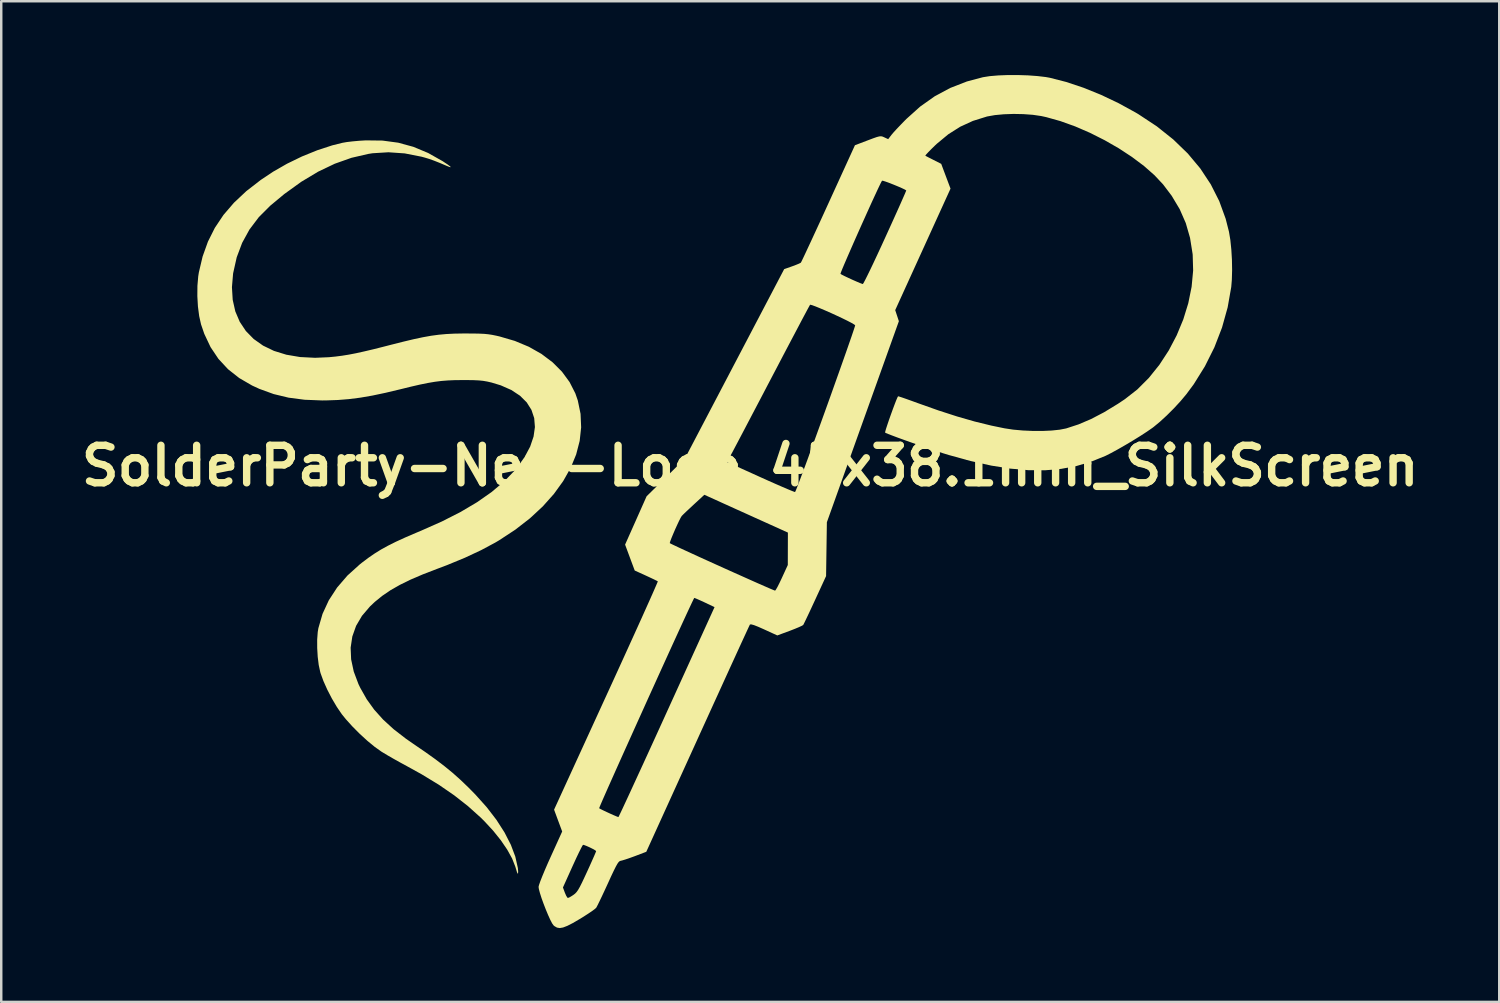
<source format=kicad_pcb>
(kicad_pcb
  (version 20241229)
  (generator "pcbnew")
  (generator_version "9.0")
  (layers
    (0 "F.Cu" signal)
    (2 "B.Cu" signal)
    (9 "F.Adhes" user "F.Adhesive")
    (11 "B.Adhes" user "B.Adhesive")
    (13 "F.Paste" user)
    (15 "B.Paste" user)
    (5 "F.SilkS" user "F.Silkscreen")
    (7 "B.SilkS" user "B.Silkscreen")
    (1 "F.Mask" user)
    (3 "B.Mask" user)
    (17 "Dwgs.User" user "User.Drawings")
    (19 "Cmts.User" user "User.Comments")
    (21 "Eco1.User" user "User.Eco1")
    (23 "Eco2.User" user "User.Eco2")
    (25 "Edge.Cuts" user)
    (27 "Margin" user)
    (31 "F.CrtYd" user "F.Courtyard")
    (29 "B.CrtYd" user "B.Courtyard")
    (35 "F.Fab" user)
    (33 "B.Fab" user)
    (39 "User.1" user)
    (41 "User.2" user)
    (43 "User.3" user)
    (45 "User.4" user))
  (footprint "SolderParty-New-Logo_45x38.1mm_SilkScreen"
    (layer "F.Cu")
    (at 27.439 15.881)
    (property "Reference" "SolderParty-New-Logo_45x38.1mm_SilkScreen" (at 0 0 0) (layer "F.SilkS") (effects (font (size 1.524 1.524) (thickness 0.3))))
    (attr through_hole)
    (fp_poly (pts (xy -14.946 -13.218) (xy -14.306 -13.132) (xy -13.69 -12.964) (xy -13.088 -12.713) (xy -12.49 -12.375) (xy -12.464 -12.357) (xy -12.29 -12.241) (xy -12.192 -12.167) (xy -12.17 -12.135) (xy -12.226 -12.146) (xy -12.328 -12.187) (xy -12.615 -12.309) (xy -12.845 -12.4) (xy -13.042 -12.471) (xy -13.231 -12.528) (xy -13.36 -12.563) (xy -14.042 -12.697) (xy -14.704 -12.743) (xy -15.348 -12.703) (xy -15.52 -12.676) (xy -16.204 -12.518) (xy -16.884 -12.277) (xy -17.564 -11.952) (xy -18.247 -11.542) (xy -18.936 -11.045) (xy -19.512 -10.566) (xy -19.97 -10.107) (xy -20.349 -9.606) (xy -20.648 -9.062) (xy -20.869 -8.474) (xy -21.011 -7.841) (xy -21.016 -7.814) (xy -21.063 -7.259) (xy -21.032 -6.746) (xy -20.926 -6.276) (xy -20.746 -5.853) (xy -20.497 -5.479) (xy -20.18 -5.155) (xy -19.798 -4.885) (xy -19.355 -4.671) (xy -18.853 -4.516) (xy -18.295 -4.421) (xy -17.683 -4.39) (xy -17.123 -4.414) (xy -16.856 -4.44) (xy -16.592 -4.474) (xy -16.319 -4.518) (xy -16.022 -4.575) (xy -15.688 -4.649) (xy -15.302 -4.74) (xy -14.851 -4.854) (xy -14.591 -4.921) (xy -14.097 -5.046) (xy -13.673 -5.147) (xy -13.302 -5.226) (xy -12.968 -5.286) (xy -12.655 -5.328) (xy -12.346 -5.356) (xy -12.025 -5.372) (xy -11.677 -5.378) (xy -11.574 -5.378) (xy -11.257 -5.377) (xy -11.009 -5.372) (xy -10.81 -5.363) (xy -10.641 -5.346) (xy -10.481 -5.321) (xy -10.309 -5.286) (xy -10.188 -5.258) (xy -9.566 -5.076) (xy -8.996 -4.838) (xy -8.484 -4.548) (xy -8.034 -4.209) (xy -7.651 -3.826) (xy -7.341 -3.403) (xy -7.107 -2.944) (xy -7.007 -2.655) (xy -6.895 -2.112) (xy -6.871 -1.563) (xy -6.931 -1.012) (xy -7.074 -0.461) (xy -7.298 0.084) (xy -7.6 0.619) (xy -7.978 1.142) (xy -8.429 1.648) (xy -8.953 2.134) (xy -9.545 2.594) (xy -10.205 3.027) (xy -10.364 3.121) (xy -10.936 3.427) (xy -11.592 3.734) (xy -12.323 4.036) (xy -12.723 4.187) (xy -13.304 4.411) (xy -13.808 4.627) (xy -14.244 4.841) (xy -14.623 5.058) (xy -14.957 5.286) (xy -15.256 5.529) (xy -15.452 5.714) (xy -15.778 6.096) (xy -16.018 6.504) (xy -16.171 6.937) (xy -16.239 7.391) (xy -16.219 7.866) (xy -16.113 8.36) (xy -15.921 8.871) (xy -15.845 9.028) (xy -15.586 9.486) (xy -15.281 9.91) (xy -14.92 10.312) (xy -14.494 10.702) (xy -13.994 11.089) (xy -13.685 11.304) (xy -13.206 11.631) (xy -12.792 11.927) (xy -12.425 12.207) (xy -12.09 12.481) (xy -11.773 12.764) (xy -11.456 13.068) (xy -11.169 13.36) (xy -10.71 13.872) (xy -10.314 14.387) (xy -9.986 14.898) (xy -9.729 15.399) (xy -9.547 15.881) (xy -9.445 16.338) (xy -9.442 16.359) (xy -9.431 16.49) (xy -9.436 16.565) (xy -9.454 16.572) (xy -9.478 16.517) (xy -9.501 16.44) (xy -9.538 16.318) (xy -9.55 16.28) (xy -9.678 15.956) (xy -9.876 15.598) (xy -10.135 15.218) (xy -10.447 14.829) (xy -10.804 14.443) (xy -10.954 14.294) (xy -11.469 13.832) (xy -12.033 13.389) (xy -12.657 12.96) (xy -13.352 12.537) (xy -13.961 12.2) (xy -14.219 12.06) (xy -14.484 11.912) (xy -14.731 11.77) (xy -14.933 11.649) (xy -14.993 11.612) (xy -15.261 11.421) (xy -15.56 11.175) (xy -15.868 10.893) (xy -16.166 10.594) (xy -16.433 10.298) (xy -16.599 10.093) (xy -16.8 9.798) (xy -17.001 9.458) (xy -17.187 9.099) (xy -17.344 8.749) (xy -17.459 8.433) (xy -17.475 8.377) (xy -17.536 8.094) (xy -17.577 7.761) (xy -17.598 7.407) (xy -17.599 7.062) (xy -17.576 6.755) (xy -17.55 6.597) (xy -17.381 6.016) (xy -17.127 5.466) (xy -16.788 4.945) (xy -16.367 4.457) (xy -15.863 4.002) (xy -15.785 3.94) (xy -15.524 3.743) (xy -15.269 3.567) (xy -15.007 3.404) (xy -14.722 3.247) (xy -14.401 3.086) (xy -14.03 2.916) (xy -13.593 2.728) (xy -13.376 2.637) (xy -12.531 2.262) (xy -11.774 1.877) (xy -11.102 1.479) (xy -10.514 1.068) (xy -10.008 0.642) (xy -9.582 0.201) (xy -9.479 0.077) (xy -9.168 -0.359) (xy -8.943 -0.782) (xy -8.805 -1.189) (xy -8.75 -1.575) (xy -8.779 -1.939) (xy -8.891 -2.274) (xy -9.084 -2.579) (xy -9.356 -2.849) (xy -9.708 -3.081) (xy -10.138 -3.271) (xy -10.518 -3.386) (xy -10.689 -3.425) (xy -10.851 -3.453) (xy -11.026 -3.471) (xy -11.235 -3.481) (xy -11.499 -3.485) (xy -11.687 -3.485) (xy -12.002 -3.482) (xy -12.284 -3.47) (xy -12.551 -3.449) (xy -12.819 -3.415) (xy -13.106 -3.366) (xy -13.429 -3.3) (xy -13.805 -3.213) (xy -14.224 -3.11) (xy -14.824 -2.967) (xy -15.359 -2.854) (xy -15.847 -2.77) (xy -16.308 -2.711) (xy -16.759 -2.675) (xy -17.219 -2.659) (xy -17.4 -2.657) (xy -18.109 -2.685) (xy -18.76 -2.77) (xy -19.367 -2.916) (xy -19.945 -3.126) (xy -20.243 -3.263) (xy -20.769 -3.568) (xy -21.225 -3.929) (xy -21.612 -4.347) (xy -21.932 -4.824) (xy -22.187 -5.364) (xy -22.319 -5.749) (xy -22.394 -6.083) (xy -22.445 -6.475) (xy -22.469 -6.894) (xy -22.466 -7.312) (xy -22.433 -7.699) (xy -22.408 -7.859) (xy -22.255 -8.507) (xy -22.039 -9.11) (xy -21.758 -9.671) (xy -21.407 -10.196) (xy -20.981 -10.692) (xy -20.478 -11.164) (xy -19.892 -11.618) (xy -19.388 -11.954) (xy -18.823 -12.278) (xy -18.218 -12.572) (xy -17.596 -12.824) (xy -16.985 -13.024) (xy -16.573 -13.127) (xy -16.394 -13.158) (xy -16.156 -13.186) (xy -15.89 -13.21) (xy -15.626 -13.226) (xy -15.623 -13.226)) (stroke (width 0) (type solid)) (fill yes) (layer "F.SilkS"))
    (fp_poly (pts (xy 11.289 -15.868) (xy 11.674 -15.84) (xy 12.012 -15.8) (xy 12.182 -15.769) (xy 12.846 -15.599) (xy 13.545 -15.365) (xy 14.261 -15.075) (xy 14.973 -14.736) (xy 15.664 -14.357) (xy 15.772 -14.293) (xy 16.523 -13.797) (xy 17.193 -13.263) (xy 17.783 -12.692) (xy 18.291 -12.084) (xy 18.717 -11.439) (xy 19.061 -10.758) (xy 19.322 -10.041) (xy 19.457 -9.511) (xy 19.512 -9.181) (xy 19.552 -8.791) (xy 19.577 -8.371) (xy 19.584 -7.95) (xy 19.573 -7.559) (xy 19.549 -7.268) (xy 19.403 -6.44) (xy 19.174 -5.619) (xy 18.864 -4.816) (xy 18.479 -4.045) (xy 18.026 -3.317) (xy 17.726 -2.912) (xy 17.491 -2.631) (xy 17.219 -2.336) (xy 16.93 -2.048) (xy 16.646 -1.787) (xy 16.388 -1.574) (xy 16.335 -1.535) (xy 16.119 -1.386) (xy 15.85 -1.211) (xy 15.549 -1.025) (xy 15.236 -0.839) (xy 14.934 -0.666) (xy 14.663 -0.518) (xy 14.443 -0.407) (xy 14.434 -0.403) (xy 13.854 -0.168) (xy 13.256 0.008) (xy 12.635 0.124) (xy 11.985 0.181) (xy 11.299 0.177) (xy 10.572 0.114) (xy 9.797 -0.009) (xy 8.969 -0.193) (xy 8.082 -0.436) (xy 7.814 -0.518) (xy 7.611 -0.583) (xy 7.368 -0.664) (xy 7.095 -0.756) (xy 6.808 -0.856) (xy 6.519 -0.958) (xy 6.241 -1.057) (xy 5.988 -1.149) (xy 5.772 -1.23) (xy 5.607 -1.293) (xy 5.506 -1.336) (xy 5.482 -1.349) (xy 5.488 -1.396) (xy 5.521 -1.51) (xy 5.575 -1.675) (xy 5.642 -1.873) (xy 5.718 -2.088) (xy 5.796 -2.303) (xy 5.87 -2.501) (xy 5.934 -2.666) (xy 5.983 -2.78) (xy 6.008 -2.826) (xy 6.053 -2.815) (xy 6.168 -2.778) (xy 6.341 -2.718) (xy 6.559 -2.64) (xy 6.809 -2.549) (xy 6.823 -2.544) (xy 7.646 -2.252) (xy 8.407 -2.006) (xy 9.121 -1.801) (xy 9.802 -1.634) (xy 10.336 -1.524) (xy 10.686 -1.471) (xy 11.074 -1.436) (xy 11.479 -1.418) (xy 11.879 -1.417) (xy 12.253 -1.434) (xy 12.581 -1.469) (xy 12.842 -1.52) (xy 12.844 -1.521) (xy 13.343 -1.684) (xy 13.852 -1.901) (xy 14.382 -2.178) (xy 14.945 -2.521) (xy 15.228 -2.71) (xy 15.734 -3.106) (xy 16.202 -3.575) (xy 16.628 -4.105) (xy 17.006 -4.684) (xy 17.331 -5.302) (xy 17.599 -5.948) (xy 17.803 -6.609) (xy 17.938 -7.275) (xy 18 -7.934) (xy 17.982 -8.575) (xy 17.977 -8.62) (xy 17.874 -9.265) (xy 17.701 -9.865) (xy 17.453 -10.432) (xy 17.125 -10.979) (xy 16.781 -11.434) (xy 16.43 -11.809) (xy 16.003 -12.185) (xy 15.514 -12.552) (xy 14.976 -12.905) (xy 14.402 -13.234) (xy 13.808 -13.533) (xy 13.205 -13.794) (xy 12.607 -14.009) (xy 12.029 -14.171) (xy 11.822 -14.216) (xy 11.486 -14.265) (xy 11.103 -14.293) (xy 10.701 -14.301) (xy 10.304 -14.287) (xy 9.941 -14.253) (xy 9.637 -14.199) (xy 9.622 -14.196) (xy 9.051 -14.018) (xy 8.533 -13.78) (xy 8.05 -13.474) (xy 7.584 -13.088) (xy 7.504 -13.013) (xy 7.351 -12.863) (xy 7.228 -12.737) (xy 7.145 -12.647) (xy 7.115 -12.604) (xy 7.116 -12.603) (xy 7.164 -12.577) (xy 7.271 -12.521) (xy 7.417 -12.447) (xy 7.45 -12.43) (xy 7.762 -12.272) (xy 7.951 -11.768) (xy 8.14 -11.265) (xy 7.016 -8.796) (xy 5.892 -6.327) (xy 5.967 -6.102) (xy 6.041 -5.877) (xy 3.115 2.293) (xy 3.083 4.481) (xy 2.637 5.449) (xy 2.509 5.725) (xy 2.393 5.974) (xy 2.293 6.184) (xy 2.216 6.345) (xy 2.167 6.443) (xy 2.154 6.467) (xy 2.099 6.501) (xy 1.978 6.557) (xy 1.807 6.628) (xy 1.609 6.705) (xy 1.1 6.893) (xy 0.561 6.646) (xy 0.321 6.54) (xy 0.151 6.473) (xy 0.044 6.444) (xy -0.009 6.448) (xy -0.014 6.454) (xy -0.037 6.501) (xy -0.095 6.625) (xy -0.185 6.821) (xy -0.306 7.083) (xy -0.454 7.405) (xy -0.627 7.784) (xy -0.823 8.212) (xy -1.039 8.686) (xy -1.273 9.2) (xy -1.523 9.748) (xy -1.786 10.326) (xy -2.06 10.927) (xy -2.137 11.097) (xy -4.224 15.686) (xy -4.69 15.863) (xy -4.891 15.936) (xy -5.07 15.997) (xy -5.205 16.038) (xy -5.265 16.052) (xy -5.304 16.065) (xy -5.347 16.102) (xy -5.398 16.173) (xy -5.462 16.288) (xy -5.546 16.456) (xy -5.656 16.688) (xy -5.782 16.965) (xy -5.906 17.234) (xy -6.021 17.48) (xy -6.121 17.689) (xy -6.199 17.848) (xy -6.25 17.944) (xy -6.26 17.961) (xy -6.321 18.016) (xy -6.445 18.107) (xy -6.616 18.221) (xy -6.818 18.35) (xy -6.929 18.418) (xy -7.21 18.582) (xy -7.431 18.695) (xy -7.604 18.762) (xy -7.74 18.785) (xy -7.852 18.767) (xy -7.952 18.71) (xy -7.991 18.678) (xy -8.048 18.599) (xy -8.125 18.452) (xy -8.214 18.256) (xy -8.308 18.03) (xy -8.4 17.793) (xy -8.483 17.562) (xy -8.548 17.357) (xy -8.59 17.196) (xy -8.598 17.136) (xy -7.611 17.136) (xy -7.532 17.35) (xy -7.479 17.472) (xy -7.43 17.549) (xy -7.409 17.562) (xy -7.347 17.538) (xy -7.243 17.476) (xy -7.184 17.437) (xy -7.118 17.386) (xy -7.057 17.322) (xy -6.994 17.233) (xy -6.922 17.107) (xy -6.834 16.932) (xy -6.722 16.694) (xy -6.634 16.504) (xy -6.52 16.254) (xy -6.421 16.032) (xy -6.34 15.85) (xy -6.286 15.722) (xy -6.262 15.661) (xy -6.262 15.659) (xy -6.298 15.626) (xy -6.391 15.572) (xy -6.515 15.51) (xy -6.642 15.453) (xy -6.746 15.413) (xy -6.793 15.402) (xy -6.822 15.441) (xy -6.88 15.551) (xy -6.964 15.719) (xy -7.066 15.933) (xy -7.18 16.182) (xy -7.22 16.269) (xy -7.611 17.136) (xy -8.598 17.136) (xy -8.602 17.112) (xy -8.583 17.033) (xy -8.531 16.884) (xy -8.45 16.678) (xy -8.345 16.425) (xy -8.221 16.139) (xy -8.122 15.919) (xy -7.642 14.861) (xy -7.807 14.418) (xy -7.971 13.974) (xy -7.945 13.916) (xy -6.139 13.916) (xy -6.086 13.947) (xy -5.974 14.003) (xy -5.827 14.072) (xy -5.669 14.145) (xy -5.522 14.21) (xy -5.41 14.257) (xy -5.357 14.275) (xy -5.335 14.235) (xy -5.279 14.119) (xy -5.19 13.931) (xy -5.072 13.677) (xy -4.926 13.363) (xy -4.756 12.993) (xy -4.563 12.574) (xy -4.35 12.111) (xy -4.12 11.608) (xy -3.875 11.072) (xy -3.618 10.508) (xy -3.391 10.009) (xy -1.45 5.742) (xy -1.857 5.549) (xy -2.029 5.47) (xy -2.167 5.409) (xy -2.254 5.374) (xy -2.275 5.369) (xy -2.302 5.42) (xy -2.363 5.546) (xy -2.454 5.74) (xy -2.573 5.995) (xy -2.716 6.305) (xy -2.881 6.664) (xy -3.064 7.064) (xy -3.263 7.5) (xy -3.474 7.964) (xy -3.695 8.45) (xy -3.922 8.952) (xy -4.154 9.462) (xy -4.385 9.975) (xy -4.615 10.484) (xy -4.839 10.982) (xy -5.055 11.462) (xy -5.26 11.918) (xy -5.451 12.344) (xy -5.624 12.732) (xy -5.778 13.077) (xy -5.908 13.372) (xy -6.012 13.609) (xy -6.087 13.784) (xy -6.13 13.888) (xy -6.139 13.916) (xy -7.945 13.916) (xy -5.852 9.347) (xy -5.573 8.738) (xy -5.306 8.153) (xy -5.052 7.595) (xy -4.814 7.071) (xy -4.594 6.586) (xy -4.394 6.144) (xy -4.218 5.751) (xy -4.066 5.412) (xy -3.942 5.133) (xy -3.848 4.917) (xy -3.785 4.772) (xy -3.757 4.701) (xy -3.756 4.695) (xy -3.805 4.668) (xy -3.918 4.612) (xy -4.078 4.537) (xy -4.237 4.463) (xy -4.694 4.255) (xy -4.89 3.729) (xy -5.085 3.203) (xy -5.054 3.132) (xy -3.269 3.132) (xy -3.268 3.142) (xy -3.22 3.169) (xy -3.099 3.227) (xy -2.915 3.314) (xy -2.678 3.424) (xy -2.397 3.553) (xy -2.081 3.698) (xy -1.74 3.853) (xy -1.382 4.015) (xy -1.019 4.179) (xy -0.658 4.341) (xy -0.309 4.497) (xy 0.018 4.643) (xy 0.314 4.775) (xy 0.57 4.887) (xy 0.776 4.977) (xy 0.923 5.039) (xy 1.002 5.07) (xy 1.012 5.072) (xy 1.046 5.029) (xy 1.109 4.919) (xy 1.19 4.759) (xy 1.282 4.565) (xy 1.291 4.545) (xy 1.527 4.031) (xy 1.529 3.372) (xy 1.531 2.713) (xy 0.507 2.25) (xy 0.174 2.1) (xy -0.176 1.941) (xy -0.523 1.785) (xy -0.842 1.64) (xy -1.11 1.519) (xy -1.191 1.482) (xy -1.864 1.177) (xy -2.3 1.579) (xy -2.466 1.734) (xy -2.612 1.87) (xy -2.721 1.975) (xy -2.78 2.035) (xy -2.784 2.039) (xy -2.826 2.108) (xy -2.89 2.233) (xy -2.967 2.397) (xy -3.05 2.58) (xy -3.129 2.764) (xy -3.198 2.929) (xy -3.247 3.058) (xy -3.269 3.132) (xy -5.054 3.132) (xy -4.648 2.221) (xy -4.211 1.238) (xy -3.434 0.473) (xy -2.799 -0.153) (xy -0.941 -0.153) (xy 0.419 0.463) (xy 0.746 0.61) (xy 1.047 0.743) (xy 1.313 0.859) (xy 1.533 0.953) (xy 1.698 1.021) (xy 1.797 1.059) (xy 1.822 1.065) (xy 1.844 1.022) (xy 1.894 0.9) (xy 1.969 0.706) (xy 2.067 0.446) (xy 2.186 0.128) (xy 2.323 -0.243) (xy 2.476 -0.661) (xy 2.643 -1.119) (xy 2.821 -1.61) (xy 3.008 -2.128) (xy 3.07 -2.3) (xy 3.259 -2.826) (xy 3.438 -3.329) (xy 3.606 -3.801) (xy 3.76 -4.236) (xy 3.898 -4.627) (xy 4.017 -4.969) (xy 4.116 -5.253) (xy 4.191 -5.475) (xy 4.241 -5.627) (xy 4.264 -5.703) (xy 4.265 -5.711) (xy 4.223 -5.746) (xy 4.113 -5.81) (xy 3.95 -5.895) (xy 3.748 -5.994) (xy 3.52 -6.101) (xy 3.283 -6.21) (xy 3.049 -6.313) (xy 2.833 -6.405) (xy 2.651 -6.479) (xy 2.515 -6.529) (xy 2.44 -6.547) (xy 2.432 -6.545) (xy 2.406 -6.5) (xy 2.341 -6.381) (xy 2.242 -6.196) (xy 2.111 -5.95) (xy 1.953 -5.65) (xy 1.77 -5.303) (xy 1.565 -4.915) (xy 1.343 -4.493) (xy 1.107 -4.042) (xy 0.924 -3.693) (xy 0.673 -3.215) (xy 0.431 -2.752) (xy 0.2 -2.313) (xy -0.015 -1.903) (xy -0.21 -1.531) (xy -0.382 -1.204) (xy -0.527 -0.929) (xy -0.64 -0.715) (xy -0.717 -0.569) (xy -0.746 -0.516) (xy -0.941 -0.153) (xy -2.799 -0.153) (xy -2.657 -0.293) (xy -0.639 -4.143) (xy 1.279 -7.801) (xy 3.668 -7.801) (xy 3.723 -7.767) (xy 3.84 -7.708) (xy 3.994 -7.635) (xy 4.166 -7.556) (xy 4.332 -7.483) (xy 4.47 -7.425) (xy 4.558 -7.392) (xy 4.575 -7.388) (xy 4.604 -7.427) (xy 4.665 -7.541) (xy 4.755 -7.72) (xy 4.871 -7.957) (xy 5.008 -8.244) (xy 5.162 -8.573) (xy 5.33 -8.935) (xy 5.489 -9.283) (xy 5.665 -9.669) (xy 5.828 -10.029) (xy 5.975 -10.355) (xy 6.102 -10.639) (xy 6.205 -10.873) (xy 6.282 -11.048) (xy 6.328 -11.158) (xy 6.341 -11.192) (xy 6.279 -11.23) (xy 6.159 -11.287) (xy 6.001 -11.356) (xy 5.826 -11.428) (xy 5.654 -11.495) (xy 5.505 -11.55) (xy 5.399 -11.583) (xy 5.358 -11.588) (xy 5.326 -11.534) (xy 5.264 -11.408) (xy 5.176 -11.223) (xy 5.066 -10.986) (xy 4.938 -10.709) (xy 4.798 -10.4) (xy 4.65 -10.071) (xy 4.497 -9.731) (xy 4.345 -9.389) (xy 4.198 -9.057) (xy 4.061 -8.744) (xy 3.937 -8.459) (xy 3.831 -8.213) (xy 3.748 -8.016) (xy 3.692 -7.877) (xy 3.668 -7.807) (xy 3.668 -7.801) (xy 1.279 -7.801) (xy 1.38 -7.994) (xy 1.699 -8.106) (xy 1.859 -8.166) (xy 1.985 -8.218) (xy 2.053 -8.253) (xy 2.057 -8.256) (xy 2.082 -8.302) (xy 2.141 -8.424) (xy 2.23 -8.612) (xy 2.346 -8.861) (xy 2.486 -9.161) (xy 2.646 -9.508) (xy 2.823 -9.891) (xy 3.013 -10.306) (xy 3.175 -10.661) (xy 4.256 -13.029) (xy 4.774 -13.226) (xy 4.991 -13.308) (xy 5.142 -13.361) (xy 5.246 -13.388) (xy 5.319 -13.393) (xy 5.382 -13.379) (xy 5.449 -13.349) (xy 5.607 -13.276) (xy 5.74 -13.45) (xy 5.82 -13.545) (xy 5.949 -13.686) (xy 6.111 -13.856) (xy 6.289 -14.039) (xy 6.348 -14.098) (xy 6.906 -14.599) (xy 7.498 -15.018) (xy 8.128 -15.356) (xy 8.803 -15.619) (xy 9.457 -15.793) (xy 9.736 -15.837) (xy 10.082 -15.866) (xy 10.47 -15.881) (xy 10.88 -15.881)) (stroke (width 0) (type solid)) (fill yes) (layer "F.SilkS")))
  (gr_rect
    (start -3 -3)
    (end 57.879 37.666)
    (stroke (width 0.1) (type default))
    (fill no)
    (layer "Edge.Cuts")))
</source>
